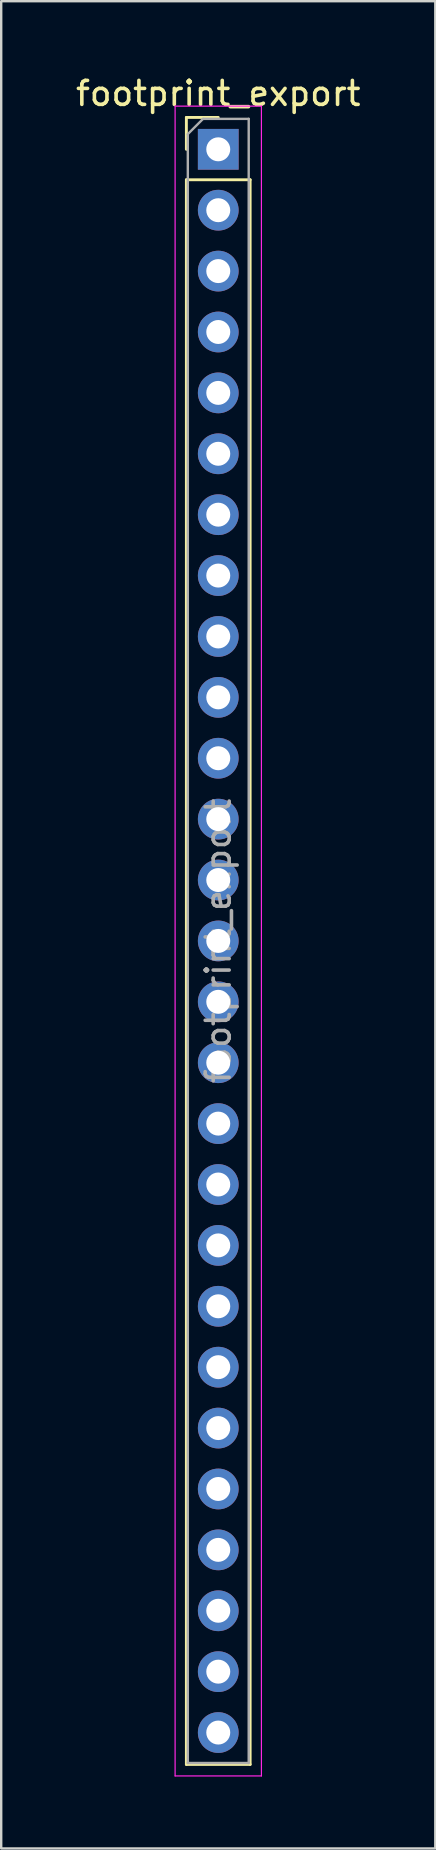
<source format=kicad_pcb>
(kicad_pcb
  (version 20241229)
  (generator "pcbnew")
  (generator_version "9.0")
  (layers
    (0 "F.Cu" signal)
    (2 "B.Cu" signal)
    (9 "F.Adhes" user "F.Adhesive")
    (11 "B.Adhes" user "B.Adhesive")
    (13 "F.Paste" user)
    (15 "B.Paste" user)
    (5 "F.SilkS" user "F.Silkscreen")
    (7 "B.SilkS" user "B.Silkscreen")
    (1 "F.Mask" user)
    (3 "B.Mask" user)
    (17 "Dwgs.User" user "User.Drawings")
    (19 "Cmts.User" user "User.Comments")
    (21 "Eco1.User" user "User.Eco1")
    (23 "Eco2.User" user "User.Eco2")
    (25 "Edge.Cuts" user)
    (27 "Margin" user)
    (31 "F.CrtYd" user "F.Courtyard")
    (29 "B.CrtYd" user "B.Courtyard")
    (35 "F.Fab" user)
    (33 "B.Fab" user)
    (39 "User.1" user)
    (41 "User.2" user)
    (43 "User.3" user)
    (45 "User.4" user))
  (footprint "footprint_export"
    (layer "F.Cu")
    (at 6.054 3.178)
    (property "Reference" "footprint_export" (at 0 -2.33 0) (layer "F.SilkS") (effects (font (size 1 1) (thickness 0.15))))
    (attr through_hole)
    (fp_line (start -1.33 -1.33) (end 0 -1.33) (stroke (width 0.12) (type solid)) (layer "F.SilkS"))
    (fp_line (start -1.33 0) (end -1.33 -1.33) (stroke (width 0.12) (type solid)) (layer "F.SilkS"))
    (fp_line (start -1.33 1.27) (end -1.33 67.37) (stroke (width 0.12) (type solid)) (layer "F.SilkS"))
    (fp_line (start -1.33 1.27) (end 1.33 1.27) (stroke (width 0.12) (type solid)) (layer "F.SilkS"))
    (fp_line (start -1.33 67.37) (end 1.33 67.37) (stroke (width 0.12) (type solid)) (layer "F.SilkS"))
    (fp_line (start 1.33 1.27) (end 1.33 67.37) (stroke (width 0.12) (type solid)) (layer "F.SilkS"))
    (fp_line (start -1.8 -1.8) (end -1.8 67.85) (stroke (width 0.05) (type solid)) (layer "F.CrtYd"))
    (fp_line (start -1.8 67.85) (end 1.8 67.85) (stroke (width 0.05) (type solid)) (layer "F.CrtYd"))
    (fp_line (start 1.8 -1.8) (end -1.8 -1.8) (stroke (width 0.05) (type solid)) (layer "F.CrtYd"))
    (fp_line (start 1.8 67.85) (end 1.8 -1.8) (stroke (width 0.05) (type solid)) (layer "F.CrtYd"))
    (fp_line (start -1.27 -0.635) (end -0.635 -1.27) (stroke (width 0.1) (type solid)) (layer "F.Fab"))
    (fp_line (start -1.27 67.31) (end -1.27 -0.635) (stroke (width 0.1) (type solid)) (layer "F.Fab"))
    (fp_line (start -0.635 -1.27) (end 1.27 -1.27) (stroke (width 0.1) (type solid)) (layer "F.Fab"))
    (fp_line (start 1.27 -1.27) (end 1.27 67.31) (stroke (width 0.1) (type solid)) (layer "F.Fab"))
    (fp_line (start 1.27 67.31) (end -1.27 67.31) (stroke (width 0.1) (type solid)) (layer "F.Fab"))
    (fp_text user "${REFERENCE}" (at 0 33.02 90) (layer "F.Fab") (effects (font (size 1 1) (thickness 0.15))))
    (pad "1" thru_hole rect (at 0 0) (size 1.7 1.7) (drill 1) (layers "*.Cu" "*.Mask"))
    (pad "2" thru_hole oval (at 0 2.54) (size 1.7 1.7) (drill 1) (layers "*.Cu" "*.Mask"))
    (pad "3" thru_hole oval (at 0 5.08) (size 1.7 1.7) (drill 1) (layers "*.Cu" "*.Mask"))
    (pad "4" thru_hole oval (at 0 7.62) (size 1.7 1.7) (drill 1) (layers "*.Cu" "*.Mask"))
    (pad "5" thru_hole oval (at 0 10.16) (size 1.7 1.7) (drill 1) (layers "*.Cu" "*.Mask"))
    (pad "6" thru_hole oval (at 0 12.7) (size 1.7 1.7) (drill 1) (layers "*.Cu" "*.Mask"))
    (pad "7" thru_hole oval (at 0 15.24) (size 1.7 1.7) (drill 1) (layers "*.Cu" "*.Mask"))
    (pad "8" thru_hole oval (at 0 17.78) (size 1.7 1.7) (drill 1) (layers "*.Cu" "*.Mask"))
    (pad "9" thru_hole oval (at 0 20.32) (size 1.7 1.7) (drill 1) (layers "*.Cu" "*.Mask"))
    (pad "10" thru_hole oval (at 0 22.86) (size 1.7 1.7) (drill 1) (layers "*.Cu" "*.Mask"))
    (pad "11" thru_hole oval (at 0 25.4) (size 1.7 1.7) (drill 1) (layers "*.Cu" "*.Mask"))
    (pad "12" thru_hole oval (at 0 27.94) (size 1.7 1.7) (drill 1) (layers "*.Cu" "*.Mask"))
    (pad "13" thru_hole oval (at 0 30.48) (size 1.7 1.7) (drill 1) (layers "*.Cu" "*.Mask"))
    (pad "14" thru_hole oval (at 0 33.02) (size 1.7 1.7) (drill 1) (layers "*.Cu" "*.Mask"))
    (pad "15" thru_hole oval (at 0 35.56) (size 1.7 1.7) (drill 1) (layers "*.Cu" "*.Mask"))
    (pad "16" thru_hole oval (at 0 38.1) (size 1.7 1.7) (drill 1) (layers "*.Cu" "*.Mask"))
    (pad "17" thru_hole oval (at 0 40.64) (size 1.7 1.7) (drill 1) (layers "*.Cu" "*.Mask"))
    (pad "18" thru_hole oval (at 0 43.18) (size 1.7 1.7) (drill 1) (layers "*.Cu" "*.Mask"))
    (pad "19" thru_hole oval (at 0 45.72) (size 1.7 1.7) (drill 1) (layers "*.Cu" "*.Mask"))
    (pad "20" thru_hole oval (at 0 48.26) (size 1.7 1.7) (drill 1) (layers "*.Cu" "*.Mask"))
    (pad "21" thru_hole oval (at 0 50.8) (size 1.7 1.7) (drill 1) (layers "*.Cu" "*.Mask"))
    (pad "22" thru_hole oval (at 0 53.34) (size 1.7 1.7) (drill 1) (layers "*.Cu" "*.Mask"))
    (pad "23" thru_hole oval (at 0 55.88) (size 1.7 1.7) (drill 1) (layers "*.Cu" "*.Mask"))
    (pad "24" thru_hole oval (at 0 58.42) (size 1.7 1.7) (drill 1) (layers "*.Cu" "*.Mask"))
    (pad "25" thru_hole oval (at 0 60.96) (size 1.7 1.7) (drill 1) (layers "*.Cu" "*.Mask"))
    (pad "26" thru_hole oval (at 0 63.5) (size 1.7 1.7) (drill 1) (layers "*.Cu" "*.Mask"))
    (pad "27" thru_hole oval (at 0 66.04) (size 1.7 1.7) (drill 1) (layers "*.Cu" "*.Mask")))
  (gr_rect
    (start -3 -3)
    (end 15.107 74.053)
    (stroke (width 0.1) (type default))
    (fill no)
    (layer "Edge.Cuts")))
</source>
